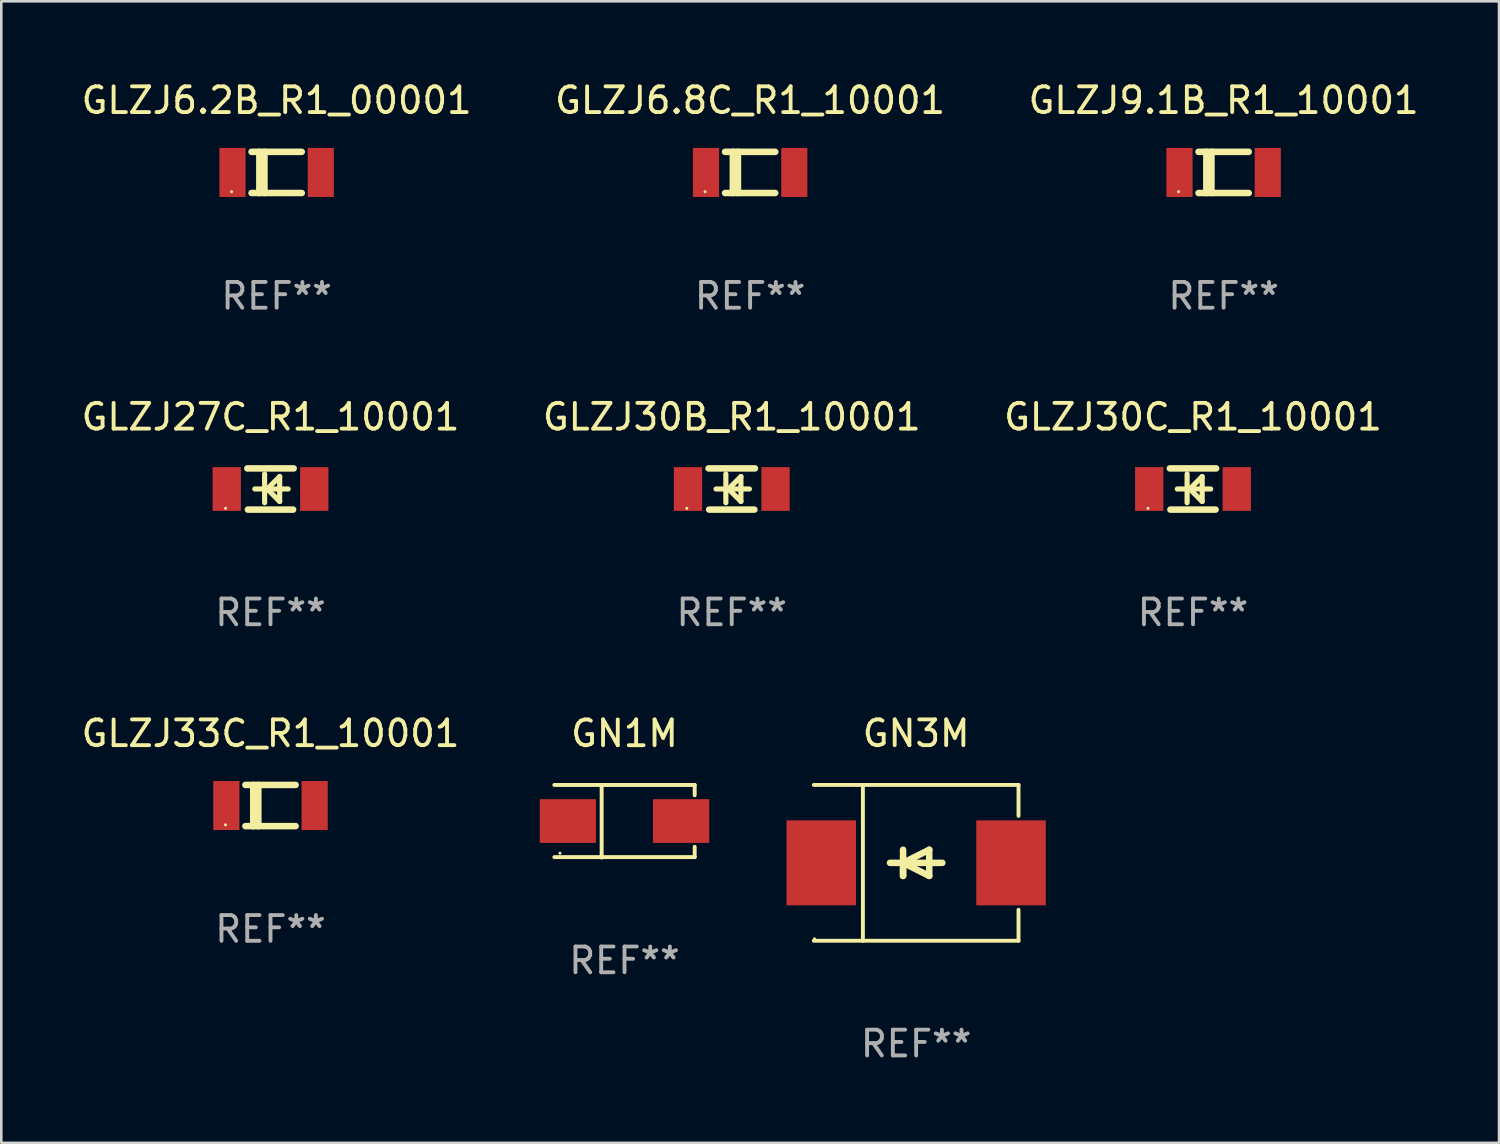
<source format=kicad_pcb>
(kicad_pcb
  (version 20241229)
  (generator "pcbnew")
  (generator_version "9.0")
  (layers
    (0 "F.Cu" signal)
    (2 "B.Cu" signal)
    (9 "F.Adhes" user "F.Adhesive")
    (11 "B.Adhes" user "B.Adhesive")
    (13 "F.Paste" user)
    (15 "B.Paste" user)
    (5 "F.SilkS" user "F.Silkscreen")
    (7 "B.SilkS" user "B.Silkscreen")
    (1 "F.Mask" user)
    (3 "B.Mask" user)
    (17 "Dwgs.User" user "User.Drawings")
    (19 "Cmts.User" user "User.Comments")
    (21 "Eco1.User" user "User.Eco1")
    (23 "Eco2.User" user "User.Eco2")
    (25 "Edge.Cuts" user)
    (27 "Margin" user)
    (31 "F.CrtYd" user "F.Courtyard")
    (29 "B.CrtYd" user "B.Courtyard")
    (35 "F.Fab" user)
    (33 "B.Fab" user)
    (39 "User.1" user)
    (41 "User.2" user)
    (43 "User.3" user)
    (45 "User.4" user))
  (footprint "GLZJ6.2B_R1_00001"
    (layer "F.Cu")
    (at 7.696 3.648)
    (property "Reference" "GLZJ6.2B_R1_00001" (at 0 -2.8 0) (layer "F.SilkS") (effects (font (size 1 1) (thickness 0.15))))
    (attr through_hole)
    (fp_line (start -0.975 -0.8) (end 0.975 -0.8) (stroke (width 0.254) (type solid)) (layer "F.SilkS"))
    (fp_line (start -0.975 0.8) (end 0.975 0.8) (stroke (width 0.254) (type solid)) (layer "F.SilkS"))
    (fp_line (start -0.671 -0.8) (end -0.671 0.8) (stroke (width 0.254) (type solid)) (layer "F.SilkS"))
    (fp_line (start -0.474 -0.8) (end -0.474 0.8) (stroke (width 0.254) (type solid)) (layer "F.SilkS"))
    (fp_circle (center -1.75 0.75) (end -1.72 0.75) (stroke (width 0.06) (type solid)) (fill no) (layer "F.SilkS"))
    (fp_text user "REF**" (at 0 4.8 0) (layer "F.Fab") (effects (font (size 1 1) (thickness 0.15))))
    (pad "1" smd rect (at -1.715 0 180) (size 1.016 1.905) (layers "F.Cu" "F.Mask" "F.Paste"))
    (pad "2" smd rect (at 1.715 0 180) (size 1.016 1.905) (layers "F.Cu" "F.Mask" "F.Paste")))
  (footprint "GN1M"
    (layer "F.Cu")
    (at 21.209 28.852)
    (property "Reference" "GN1M" (at 0 -3.41 0) (layer "F.SilkS") (effects (font (size 1 1) (thickness 0.15))))
    (attr through_hole)
    (fp_line (start -2.726 -1.41) (end 2.726 -1.41) (stroke (width 0.152) (type solid)) (layer "F.SilkS"))
    (fp_line (start -2.726 1.392) (end 2.726 1.392) (stroke (width 0.152) (type solid)) (layer "F.SilkS"))
    (fp_line (start -0.888 -1.392) (end -0.888 1.41) (stroke (width 0.152) (type solid)) (layer "F.SilkS"))
    (fp_line (start 2.726 -1.41) (end 2.726 -1.009) (stroke (width 0.152) (type solid)) (layer "F.SilkS"))
    (fp_line (start 2.726 1.392) (end 2.726 0.991) (stroke (width 0.152) (type solid)) (layer "F.SilkS"))
    (fp_circle (center -2.507 1.241) (end -2.477 1.241) (stroke (width 0.06) (type solid)) (fill no) (layer "F.SilkS"))
    (fp_text user "REF**" (at 0 5.41 0) (layer "F.Fab") (effects (font (size 1 1) (thickness 0.15))))
    (pad "1" smd rect (at -2.2 -0.009 180) (size 2.185 1.7) (layers "F.Cu" "F.Mask" "F.Paste"))
    (pad "2" smd rect (at 2.2 -0.009 180) (size 2.185 1.7) (layers "F.Cu" "F.Mask" "F.Paste")))
  (footprint "GLZJ30C_R1_10001"
    (layer "F.Cu")
    (at 43.292 15.945)
    (property "Reference" "GLZJ30C_R1_10001" (at 0 -2.8 0) (layer "F.SilkS") (effects (font (size 1 1) (thickness 0.15))))
    (attr through_hole)
    (fp_line (start -0.9 -0.8) (end 0.9 -0.8) (stroke (width 0.254) (type solid)) (layer "F.SilkS"))
    (fp_line (start -0.878 0.8) (end 0.878 0.8) (stroke (width 0.254) (type solid)) (layer "F.SilkS"))
    (fp_line (start -0.61 0) (end 0.686 0) (stroke (width 0.2) (type solid)) (layer "F.SilkS"))
    (fp_line (start -0.229 -0.584) (end -0.229 0.533) (stroke (width 0.2) (type solid)) (layer "F.SilkS"))
    (fp_line (start -0.127 0) (end 0.356 -0.483) (stroke (width 0.2) (type solid)) (layer "F.SilkS"))
    (fp_line (start 0.356 -0.483) (end 0.356 0.483) (stroke (width 0.2) (type solid)) (layer "F.SilkS"))
    (fp_line (start 0.356 0.483) (end -0.102 0.025) (stroke (width 0.2) (type solid)) (layer "F.SilkS"))
    (fp_circle (center -1.746 0.75) (end -1.716 0.75) (stroke (width 0.06) (type solid)) (fill no) (layer "F.SilkS"))
    (fp_text user "REF**" (at 0 4.8 0) (layer "F.Fab") (effects (font (size 1 1) (thickness 0.15))))
    (pad "1" smd rect (at -1.7 0 180) (size 1.1 1.7) (layers "F.Cu" "F.Mask" "F.Paste"))
    (pad "2" smd rect (at 1.7 0 180) (size 1.1 1.7) (layers "F.Cu" "F.Mask" "F.Paste")))
  (footprint "GLZJ9.1B_R1_10001"
    (layer "F.Cu")
    (at 44.482 3.648)
    (property "Reference" "GLZJ9.1B_R1_10001" (at 0 -2.8 0) (layer "F.SilkS") (effects (font (size 1 1) (thickness 0.15))))
    (attr through_hole)
    (fp_line (start -0.975 -0.8) (end 0.975 -0.8) (stroke (width 0.254) (type solid)) (layer "F.SilkS"))
    (fp_line (start -0.975 0.8) (end 0.975 0.8) (stroke (width 0.254) (type solid)) (layer "F.SilkS"))
    (fp_line (start -0.671 -0.8) (end -0.671 0.8) (stroke (width 0.254) (type solid)) (layer "F.SilkS"))
    (fp_line (start -0.474 -0.8) (end -0.474 0.8) (stroke (width 0.254) (type solid)) (layer "F.SilkS"))
    (fp_circle (center -1.75 0.75) (end -1.72 0.75) (stroke (width 0.06) (type solid)) (fill no) (layer "F.SilkS"))
    (fp_text user "REF**" (at 0 4.8 0) (layer "F.Fab") (effects (font (size 1 1) (thickness 0.15))))
    (pad "1" smd rect (at -1.715 0 180) (size 1.016 1.905) (layers "F.Cu" "F.Mask" "F.Paste"))
    (pad "2" smd rect (at 1.715 0 180) (size 1.016 1.905) (layers "F.Cu" "F.Mask" "F.Paste")))
  (footprint "GN3M"
    (layer "F.Cu")
    (at 32.538 30.467)
    (property "Reference" "GN3M" (at 0 -5.026 0) (layer "F.SilkS") (effects (font (size 1 1) (thickness 0.15))))
    (attr through_hole)
    (fp_line (start -3.976 -3.026) (end 3.976 -3.026) (stroke (width 0.152) (type solid)) (layer "F.SilkS"))
    (fp_line (start -3.976 3.026) (end 3.976 3.026) (stroke (width 0.152) (type solid)) (layer "F.SilkS"))
    (fp_line (start -2.069 -3.026) (end -2.069 3.026) (stroke (width 0.152) (type solid)) (layer "F.SilkS"))
    (fp_line (start -0.508 0) (end -0.508 0.508) (stroke (width 0.254) (type solid)) (layer "F.SilkS"))
    (fp_line (start -0.508 0) (end 0.508 0.508) (stroke (width 0.254) (type solid)) (layer "F.SilkS"))
    (fp_line (start -0.508 0.508) (end -0.508 -0.508) (stroke (width 0.254) (type solid)) (layer "F.SilkS"))
    (fp_line (start 0.508 -0.508) (end -0.508 0) (stroke (width 0.254) (type solid)) (layer "F.SilkS"))
    (fp_line (start 0.508 0.508) (end 0.508 -0.508) (stroke (width 0.254) (type solid)) (layer "F.SilkS"))
    (fp_line (start 1.016 0) (end -1.016 0) (stroke (width 0.254) (type solid)) (layer "F.SilkS"))
    (fp_line (start 3.976 -3.026) (end 3.976 -1.823) (stroke (width 0.152) (type solid)) (layer "F.SilkS"))
    (fp_line (start 3.976 3.026) (end 3.976 1.823) (stroke (width 0.152) (type solid)) (layer "F.SilkS"))
    (fp_circle (center -3.95 2.95) (end -3.92 2.95) (stroke (width 0.06) (type solid)) (fill no) (layer "F.SilkS"))
    (fp_text user "REF**" (at 0 7.026 0) (layer "F.Fab") (effects (font (size 1 1) (thickness 0.15))))
    (pad "1" smd rect (at -3.686 0) (size 2.7 3.3) (layers "F.Cu" "F.Mask" "F.Paste"))
    (pad "2" smd rect (at 3.686 0) (size 2.7 3.3) (layers "F.Cu" "F.Mask" "F.Paste")))
  (footprint "GLZJ27C_R1_10001"
    (layer "F.Cu")
    (at 7.458 15.945)
    (property "Reference" "GLZJ27C_R1_10001" (at 0 -2.8 0) (layer "F.SilkS") (effects (font (size 1 1) (thickness 0.15))))
    (attr through_hole)
    (fp_line (start -0.9 -0.8) (end 0.9 -0.8) (stroke (width 0.254) (type solid)) (layer "F.SilkS"))
    (fp_line (start -0.878 0.8) (end 0.878 0.8) (stroke (width 0.254) (type solid)) (layer "F.SilkS"))
    (fp_line (start -0.61 0) (end 0.686 0) (stroke (width 0.2) (type solid)) (layer "F.SilkS"))
    (fp_line (start -0.229 -0.584) (end -0.229 0.533) (stroke (width 0.2) (type solid)) (layer "F.SilkS"))
    (fp_line (start -0.127 0) (end 0.356 -0.483) (stroke (width 0.2) (type solid)) (layer "F.SilkS"))
    (fp_line (start 0.356 -0.483) (end 0.356 0.483) (stroke (width 0.2) (type solid)) (layer "F.SilkS"))
    (fp_line (start 0.356 0.483) (end -0.102 0.025) (stroke (width 0.2) (type solid)) (layer "F.SilkS"))
    (fp_circle (center -1.746 0.75) (end -1.716 0.75) (stroke (width 0.06) (type solid)) (fill no) (layer "F.SilkS"))
    (fp_text user "REF**" (at 0 4.8 0) (layer "F.Fab") (effects (font (size 1 1) (thickness 0.15))))
    (pad "1" smd rect (at -1.7 0 180) (size 1.1 1.7) (layers "F.Cu" "F.Mask" "F.Paste"))
    (pad "2" smd rect (at 1.7 0 180) (size 1.1 1.7) (layers "F.Cu" "F.Mask" "F.Paste")))
  (footprint "GLZJ33C_R1_10001"
    (layer "F.Cu")
    (at 7.458 28.241)
    (property "Reference" "GLZJ33C_R1_10001" (at 0 -2.8 0) (layer "F.SilkS") (effects (font (size 1 1) (thickness 0.15))))
    (attr through_hole)
    (fp_line (start -0.975 -0.8) (end 0.975 -0.8) (stroke (width 0.254) (type solid)) (layer "F.SilkS"))
    (fp_line (start -0.975 0.8) (end 0.975 0.8) (stroke (width 0.254) (type solid)) (layer "F.SilkS"))
    (fp_line (start -0.671 -0.8) (end -0.671 0.8) (stroke (width 0.254) (type solid)) (layer "F.SilkS"))
    (fp_line (start -0.474 -0.8) (end -0.474 0.8) (stroke (width 0.254) (type solid)) (layer "F.SilkS"))
    (fp_circle (center -1.75 0.75) (end -1.72 0.75) (stroke (width 0.06) (type solid)) (fill no) (layer "F.SilkS"))
    (fp_text user "REF**" (at 0 4.8 0) (layer "F.Fab") (effects (font (size 1 1) (thickness 0.15))))
    (pad "1" smd rect (at -1.715 0 180) (size 1.016 1.905) (layers "F.Cu" "F.Mask" "F.Paste"))
    (pad "2" smd rect (at 1.715 0 180) (size 1.016 1.905) (layers "F.Cu" "F.Mask" "F.Paste")))
  (footprint "GLZJ6.8C_R1_10001"
    (layer "F.Cu")
    (at 26.089 3.648)
    (property "Reference" "GLZJ6.8C_R1_10001" (at 0 -2.8 0) (layer "F.SilkS") (effects (font (size 1 1) (thickness 0.15))))
    (attr through_hole)
    (fp_line (start -0.975 -0.8) (end 0.975 -0.8) (stroke (width 0.254) (type solid)) (layer "F.SilkS"))
    (fp_line (start -0.975 0.8) (end 0.975 0.8) (stroke (width 0.254) (type solid)) (layer "F.SilkS"))
    (fp_line (start -0.671 -0.8) (end -0.671 0.8) (stroke (width 0.254) (type solid)) (layer "F.SilkS"))
    (fp_line (start -0.474 -0.8) (end -0.474 0.8) (stroke (width 0.254) (type solid)) (layer "F.SilkS"))
    (fp_circle (center -1.75 0.75) (end -1.72 0.75) (stroke (width 0.06) (type solid)) (fill no) (layer "F.SilkS"))
    (fp_text user "REF**" (at 0 4.8 0) (layer "F.Fab") (effects (font (size 1 1) (thickness 0.15))))
    (pad "1" smd rect (at -1.715 0 180) (size 1.016 1.905) (layers "F.Cu" "F.Mask" "F.Paste"))
    (pad "2" smd rect (at 1.715 0 180) (size 1.016 1.905) (layers "F.Cu" "F.Mask" "F.Paste")))
  (footprint "GLZJ30B_R1_10001"
    (layer "F.Cu")
    (at 25.375 15.945)
    (property "Reference" "GLZJ30B_R1_10001" (at 0 -2.8 0) (layer "F.SilkS") (effects (font (size 1 1) (thickness 0.15))))
    (attr through_hole)
    (fp_line (start -0.9 -0.8) (end 0.9 -0.8) (stroke (width 0.254) (type solid)) (layer "F.SilkS"))
    (fp_line (start -0.878 0.8) (end 0.878 0.8) (stroke (width 0.254) (type solid)) (layer "F.SilkS"))
    (fp_line (start -0.61 0) (end 0.686 0) (stroke (width 0.2) (type solid)) (layer "F.SilkS"))
    (fp_line (start -0.229 -0.584) (end -0.229 0.533) (stroke (width 0.2) (type solid)) (layer "F.SilkS"))
    (fp_line (start -0.127 0) (end 0.356 -0.483) (stroke (width 0.2) (type solid)) (layer "F.SilkS"))
    (fp_line (start 0.356 -0.483) (end 0.356 0.483) (stroke (width 0.2) (type solid)) (layer "F.SilkS"))
    (fp_line (start 0.356 0.483) (end -0.102 0.025) (stroke (width 0.2) (type solid)) (layer "F.SilkS"))
    (fp_circle (center -1.746 0.75) (end -1.716 0.75) (stroke (width 0.06) (type solid)) (fill no) (layer "F.SilkS"))
    (fp_text user "REF**" (at 0 4.8 0) (layer "F.Fab") (effects (font (size 1 1) (thickness 0.15))))
    (pad "1" smd rect (at -1.7 0 180) (size 1.1 1.7) (layers "F.Cu" "F.Mask" "F.Paste"))
    (pad "2" smd rect (at 1.7 0 180) (size 1.1 1.7) (layers "F.Cu" "F.Mask" "F.Paste")))
  (gr_rect
    (start -3 -3)
    (end 55.179 41.342)
    (stroke (width 0.1) (type default))
    (fill no)
    (layer "Edge.Cuts")))
</source>
